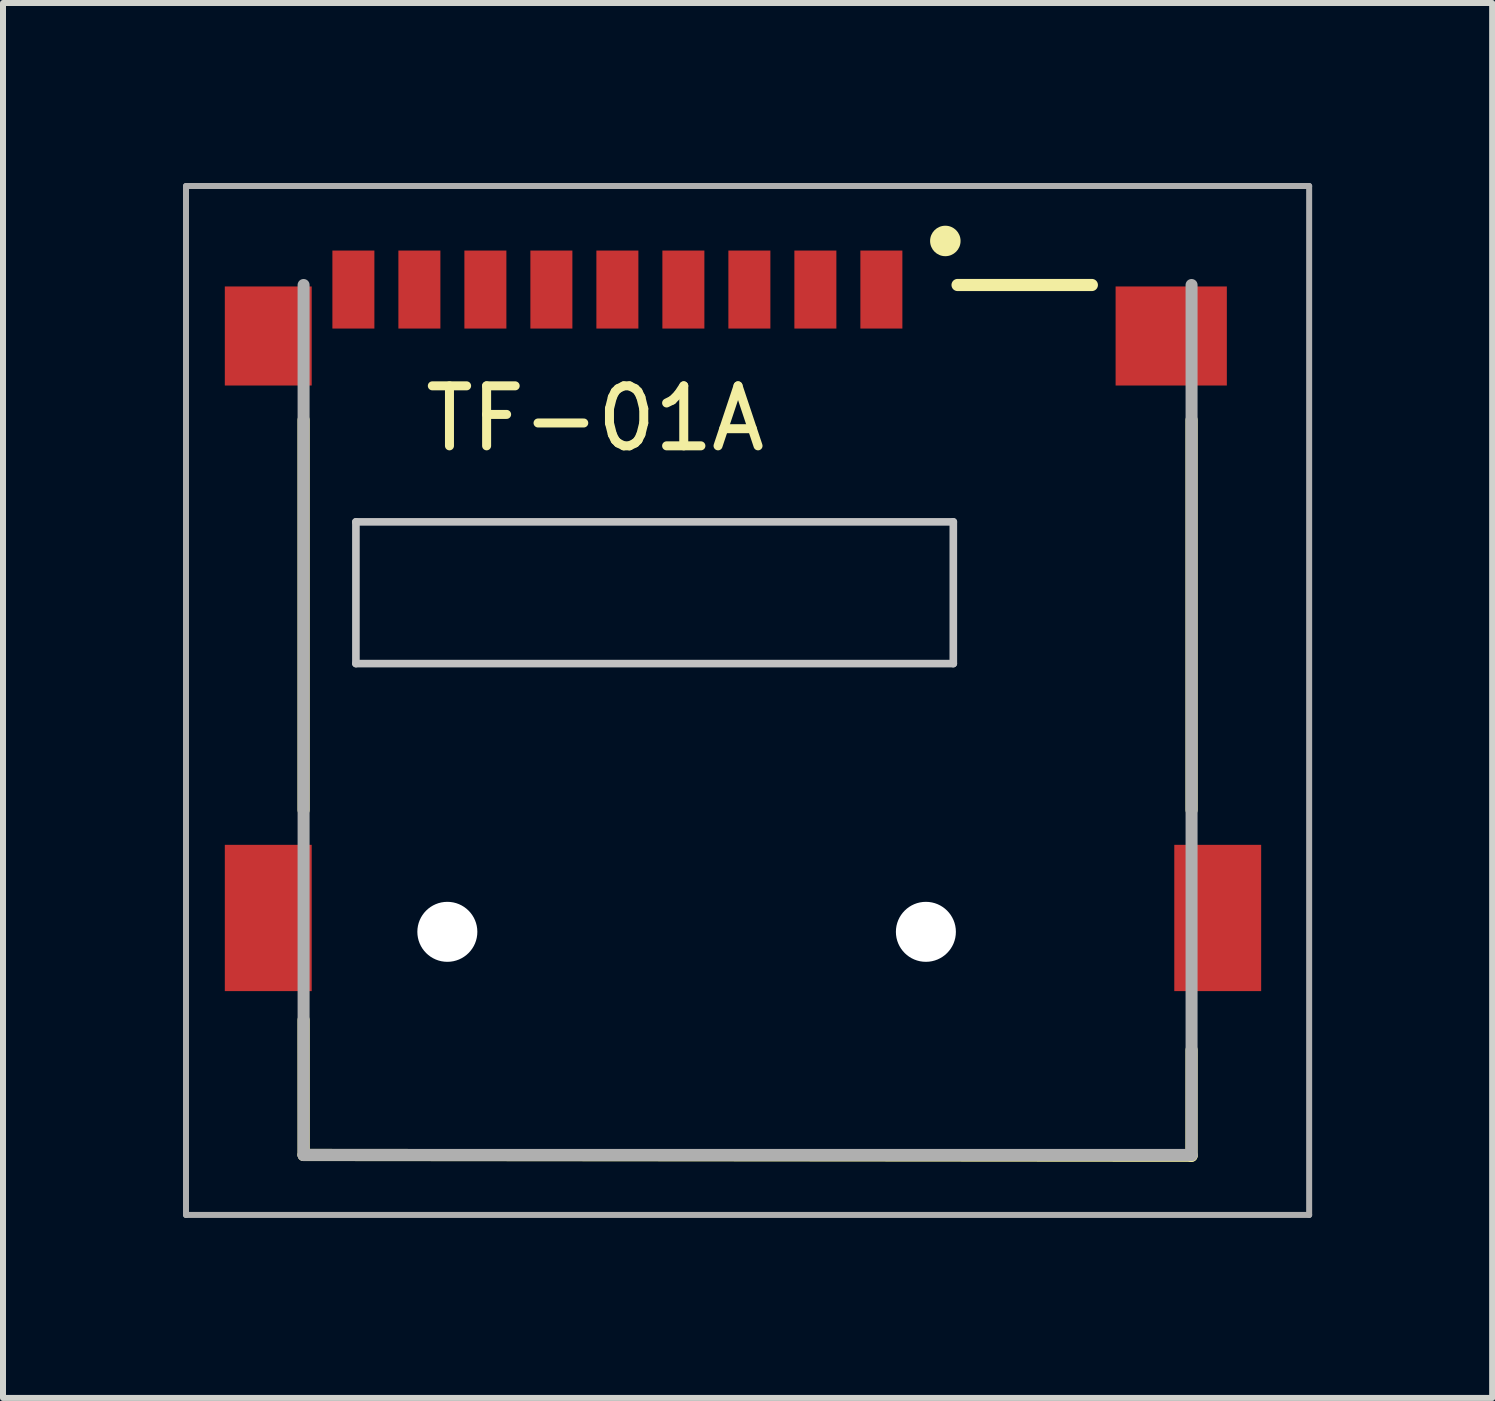
<source format=kicad_pcb>
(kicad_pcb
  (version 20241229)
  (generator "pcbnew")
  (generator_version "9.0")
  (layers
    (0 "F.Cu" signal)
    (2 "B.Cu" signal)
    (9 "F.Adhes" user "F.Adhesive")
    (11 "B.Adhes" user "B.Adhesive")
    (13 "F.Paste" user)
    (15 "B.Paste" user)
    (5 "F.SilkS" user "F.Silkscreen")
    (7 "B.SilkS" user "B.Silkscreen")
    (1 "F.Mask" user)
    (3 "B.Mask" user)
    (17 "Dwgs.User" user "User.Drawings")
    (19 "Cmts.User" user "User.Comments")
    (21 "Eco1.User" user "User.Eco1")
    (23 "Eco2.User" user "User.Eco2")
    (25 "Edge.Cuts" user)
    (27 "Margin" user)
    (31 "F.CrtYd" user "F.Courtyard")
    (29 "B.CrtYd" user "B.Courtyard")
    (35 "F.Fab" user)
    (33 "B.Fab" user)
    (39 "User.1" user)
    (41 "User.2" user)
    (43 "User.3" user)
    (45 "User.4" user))
  (footprint "TF-01A"
    (layer "F.Cu")
    (at 9.41 8.95)
    (property "Reference" "TF-01A" (at -2.54 -5.024 0) (layer "F.SilkS") (effects (font (size 1 1) (thickness 0.15))))
    (attr through_hole)
    (fp_line (start -7.4 -5) (end -7.4 1.5) (stroke (width 0.203) (type solid)) (layer "F.SilkS"))
    (fp_line (start -7.4 5) (end -7.399 7.25) (stroke (width 0.203) (type solid)) (layer "F.SilkS"))
    (fp_line (start -7.399 7.25) (end 7.399 7.263) (stroke (width 0.203) (type solid)) (layer "F.SilkS"))
    (fp_line (start 3.5 -7.25) (end 5.738 -7.25) (stroke (width 0.203) (type solid)) (layer "F.SilkS"))
    (fp_line (start 7.399 7.263) (end 7.4 5.5) (stroke (width 0.203) (type solid)) (layer "F.SilkS"))
    (fp_line (start 7.4 1.5) (end 7.4 -5) (stroke (width 0.203) (type solid)) (layer "F.SilkS"))
    (fp_circle (center 3.296 -7.984) (end 3.55 -7.984) (stroke (width 0) (type solid)) (fill yes) (layer "F.SilkS"))
    (fp_line (start -6.528 -3.302) (end -6.528 -0.94) (stroke (width 0.127) (type solid)) (layer "Dwgs.User"))
    (fp_line (start -6.528 -0.94) (end 3.429 -0.94) (stroke (width 0.127) (type solid)) (layer "Dwgs.User"))
    (fp_line (start 3.429 -3.302) (end -6.528 -3.302) (stroke (width 0.127) (type solid)) (layer "Dwgs.User"))
    (fp_line (start 3.429 -0.94) (end 3.429 -3.302) (stroke (width 0.127) (type solid)) (layer "Dwgs.User"))
    (fp_line (start -9.36 -8.9) (end 9.36 -8.9) (stroke (width 0.1) (type solid)) (layer "F.Fab"))
    (fp_line (start -9.36 8.25) (end -9.36 -8.9) (stroke (width 0.1) (type solid)) (layer "F.Fab"))
    (fp_line (start -7.4 7.25) (end -7.4 -7.25) (stroke (width 0.2) (type solid)) (layer "F.Fab"))
    (fp_line (start 7.4 -7.25) (end 7.4 7.25) (stroke (width 0.2) (type solid)) (layer "F.Fab"))
    (fp_line (start 7.4 7.25) (end -7.4 7.25) (stroke (width 0.2) (type solid)) (layer "F.Fab"))
    (fp_line (start 9.36 -8.9) (end 9.36 8.25) (stroke (width 0.1) (type solid)) (layer "F.Fab"))
    (fp_line (start 9.36 8.25) (end -9.36 8.25) (stroke (width 0.1) (type solid)) (layer "F.Fab"))
    (pad "" np_thru_hole circle (at -5.004 3.531) (size 1 1) (drill 1) (layers "*.Cu" "*.Mask"))
    (pad "" np_thru_hole circle (at 2.972 3.531) (size 1 1) (drill 1) (layers "*.Cu" "*.Mask"))
    (pad "1" smd rect (at 2.23 -7.174 90) (size 1.3 0.7) (layers "F.Cu" "F.Mask" "F.Paste"))
    (pad "2" smd rect (at 1.13 -7.174 90) (size 1.3 0.7) (layers "F.Cu" "F.Mask" "F.Paste"))
    (pad "3" smd rect (at 0.03 -7.174 90) (size 1.3 0.7) (layers "F.Cu" "F.Mask" "F.Paste"))
    (pad "4" smd rect (at -1.07 -7.174 90) (size 1.3 0.7) (layers "F.Cu" "F.Mask" "F.Paste"))
    (pad "5" smd rect (at -2.17 -7.174 90) (size 1.3 0.7) (layers "F.Cu" "F.Mask" "F.Paste"))
    (pad "6" smd rect (at -3.27 -7.174 90) (size 1.3 0.7) (layers "F.Cu" "F.Mask" "F.Paste"))
    (pad "7" smd rect (at -4.37 -7.174 90) (size 1.3 0.7) (layers "F.Cu" "F.Mask" "F.Paste"))
    (pad "8" smd rect (at -5.47 -7.174 90) (size 1.3 0.7) (layers "F.Cu" "F.Mask" "F.Paste"))
    (pad "CD1" smd rect (at -6.57 -7.174 90) (size 1.3 0.7) (layers "F.Cu" "F.Mask" "F.Paste"))
    (pad "MP1" smd rect (at -7.989 -6.4 90) (size 1.651 1.448) (layers "F.Cu" "F.Mask" "F.Paste"))
    (pad "MP2" smd rect (at -7.989 3.3 90) (size 2.438 1.448) (layers "F.Cu" "F.Mask" "F.Paste"))
    (pad "MP3" smd rect (at 7.836 3.3 90) (size 2.438 1.448) (layers "F.Cu" "F.Mask" "F.Paste"))
    (pad "MP4" smd rect (at 7.061 -6.4 90) (size 1.651 1.854) (layers "F.Cu" "F.Mask" "F.Paste")))
  (gr_rect
    (start -3 -3)
    (end 21.82 20.25)
    (stroke (width 0.1) (type default))
    (fill no)
    (layer "Edge.Cuts")))
</source>
